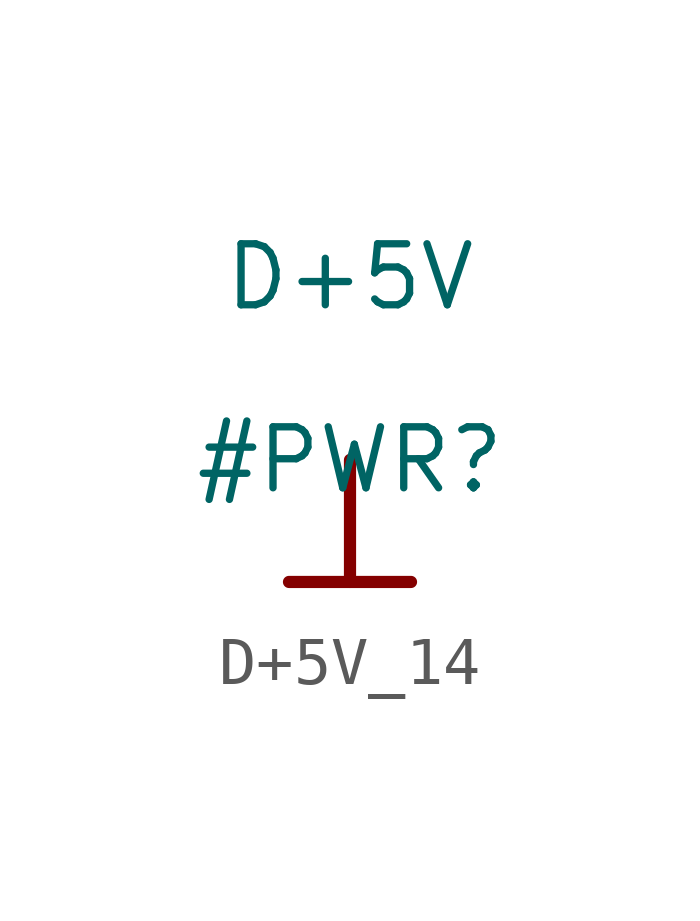
<source format=kicad_sym>
(kicad_symbol_lib
  (version 20241209)
  (generator "kicad_symbol_editor")
  (generator_version "9.0")
  (symbol "D+5V_14"
    (power)
    (property "Reference" "#PWR"
      (at 0 0 0)
      (effects (font (size 1.27 1.27))))
    (property "Value" "D+5V"
      (at 0 3.81 0)
      (effects (font (size 1.27 1.27))))
    (symbol "D+5V_14_0_0"
      (polyline (pts (xy -1.27 -2.54) (xy 1.27 -2.54)) (stroke (width 0.254) (type solid)) (fill (type none)))
      (polyline (pts (xy 0 0) (xy 0 -2.54)) (stroke (width 0.254) (type solid)) (fill (type none))))
    (symbol "D+5V_14_1_0"
      (pin power_out line (at 0 0 0) (length 0) (hide yes) (name "D+5V" (effects (font (size 1.27 1.27)))) (number "" (effects (font (size 1.27 1.27))))))))
</source>
